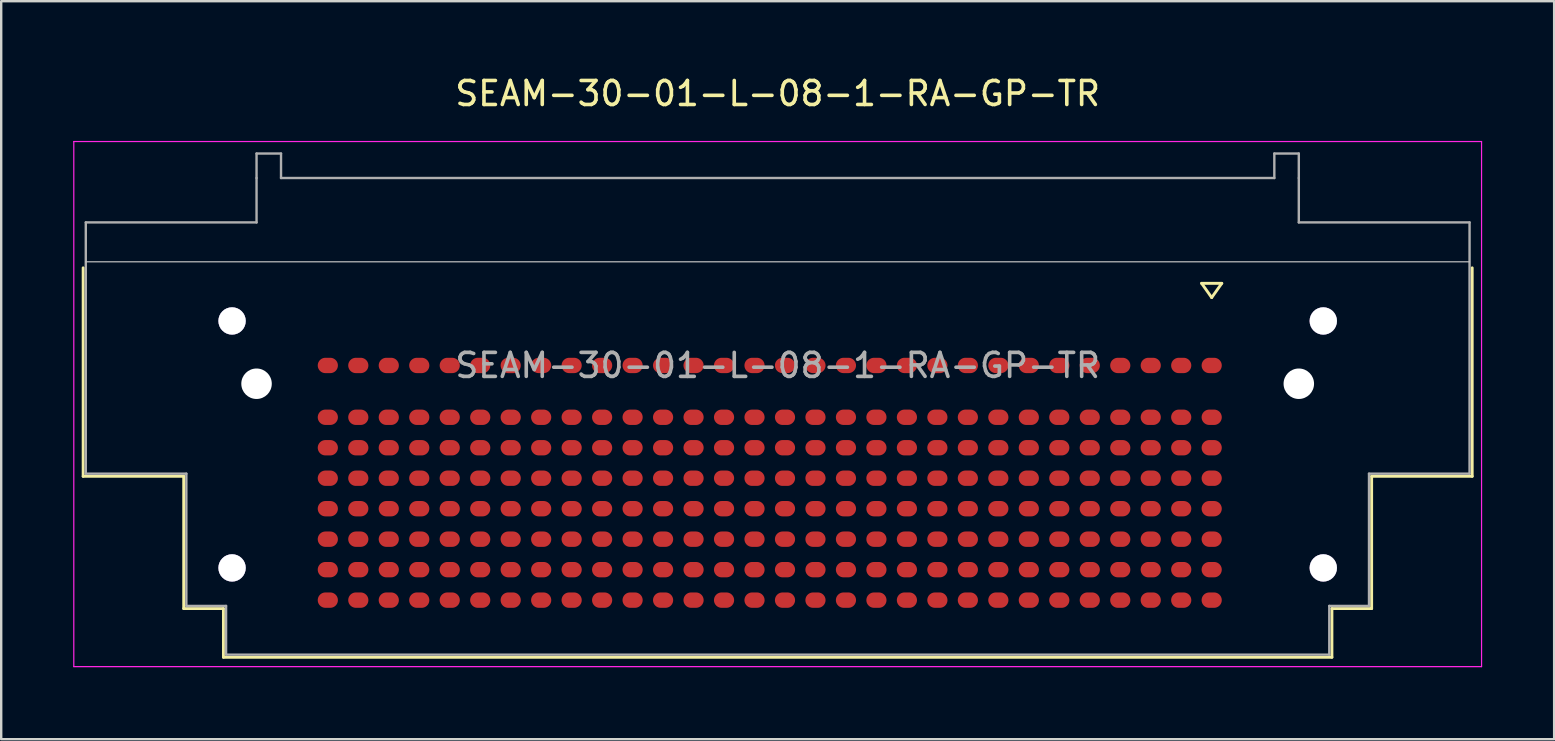
<source format=kicad_pcb>
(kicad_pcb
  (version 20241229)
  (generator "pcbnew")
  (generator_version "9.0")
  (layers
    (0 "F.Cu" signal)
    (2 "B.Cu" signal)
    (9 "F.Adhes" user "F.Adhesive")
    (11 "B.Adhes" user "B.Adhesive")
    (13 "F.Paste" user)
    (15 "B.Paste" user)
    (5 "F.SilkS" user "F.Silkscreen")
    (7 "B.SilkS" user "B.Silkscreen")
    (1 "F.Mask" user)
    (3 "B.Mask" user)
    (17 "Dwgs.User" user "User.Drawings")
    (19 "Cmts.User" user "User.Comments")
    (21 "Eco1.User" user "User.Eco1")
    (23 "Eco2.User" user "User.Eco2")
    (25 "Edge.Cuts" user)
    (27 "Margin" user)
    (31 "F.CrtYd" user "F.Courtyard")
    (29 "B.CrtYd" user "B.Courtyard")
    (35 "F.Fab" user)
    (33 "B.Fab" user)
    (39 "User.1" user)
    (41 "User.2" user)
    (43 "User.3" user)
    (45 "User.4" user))
  (footprint "SEAM-30-01-L-08-1-RA-GP-TR"
    (layer "F.Cu")
    (at 29.355 12.178)
    (property "Reference" "SEAM-30-01-L-08-1-RA-GP-TR" (at 0 -11.33 0) (layer "F.SilkS") (effects (font (size 1 1) (thickness 0.15))))
    (attr smd)
    (fp_line (start -28.94 -4.068) (end -28.94 4.62) (stroke (width 0.12) (type solid)) (layer "F.SilkS"))
    (fp_line (start -28.94 4.62) (end -24.75 4.62) (stroke (width 0.12) (type solid)) (layer "F.SilkS"))
    (fp_line (start -24.75 4.62) (end -24.75 10.13) (stroke (width 0.12) (type solid)) (layer "F.SilkS"))
    (fp_line (start -24.75 10.13) (end -23.095 10.13) (stroke (width 0.12) (type solid)) (layer "F.SilkS"))
    (fp_line (start -23.095 10.13) (end -23.095 12.16) (stroke (width 0.12) (type solid)) (layer "F.SilkS"))
    (fp_line (start -23.095 12.16) (end 23.095 12.16) (stroke (width 0.12) (type solid)) (layer "F.SilkS"))
    (fp_line (start 17.665 -3.422) (end 18.505 -3.422) (stroke (width 0.12) (type solid)) (layer "F.SilkS"))
    (fp_line (start 18.085 -2.828) (end 17.665 -3.422) (stroke (width 0.12) (type solid)) (layer "F.SilkS"))
    (fp_line (start 18.505 -3.422) (end 18.085 -2.828) (stroke (width 0.12) (type solid)) (layer "F.SilkS"))
    (fp_line (start 23.095 10.13) (end 24.75 10.13) (stroke (width 0.12) (type solid)) (layer "F.SilkS"))
    (fp_line (start 23.095 12.16) (end 23.095 10.13) (stroke (width 0.12) (type solid)) (layer "F.SilkS"))
    (fp_line (start 24.75 4.62) (end 28.94 4.62) (stroke (width 0.12) (type solid)) (layer "F.SilkS"))
    (fp_line (start 24.75 10.13) (end 24.75 4.62) (stroke (width 0.12) (type solid)) (layer "F.SilkS"))
    (fp_line (start 28.94 4.62) (end 28.94 -4.068) (stroke (width 0.12) (type solid)) (layer "F.SilkS"))
    (fp_line (start -28.83 -4.318) (end 28.83 -4.318) (stroke (width 0.05) (type solid)) (layer "Dwgs.User"))
    (fp_line (start -29.33 -9.33) (end -29.33 12.55) (stroke (width 0.05) (type solid)) (layer "F.CrtYd"))
    (fp_line (start -29.33 12.55) (end 29.33 12.55) (stroke (width 0.05) (type solid)) (layer "F.CrtYd"))
    (fp_line (start 29.33 -9.33) (end -29.33 -9.33) (stroke (width 0.05) (type solid)) (layer "F.CrtYd"))
    (fp_line (start 29.33 12.55) (end 29.33 -9.33) (stroke (width 0.05) (type solid)) (layer "F.CrtYd"))
    (fp_line (start -28.83 -5.96) (end -21.715 -5.96) (stroke (width 0.1) (type solid)) (layer "F.Fab"))
    (fp_line (start -28.83 4.51) (end -28.83 -5.96) (stroke (width 0.1) (type solid)) (layer "F.Fab"))
    (fp_line (start -24.64 4.51) (end -28.83 4.51) (stroke (width 0.1) (type solid)) (layer "F.Fab"))
    (fp_line (start -24.64 10.02) (end -24.64 4.51) (stroke (width 0.1) (type solid)) (layer "F.Fab"))
    (fp_line (start -22.985 10.02) (end -24.64 10.02) (stroke (width 0.1) (type solid)) (layer "F.Fab"))
    (fp_line (start -22.985 12.05) (end -22.985 10.02) (stroke (width 0.1) (type solid)) (layer "F.Fab"))
    (fp_line (start -21.715 -8.83) (end -20.695 -8.83) (stroke (width 0.1) (type solid)) (layer "F.Fab"))
    (fp_line (start -21.715 -7.81) (end -21.715 -8.83) (stroke (width 0.1) (type solid)) (layer "F.Fab"))
    (fp_line (start -21.715 -5.96) (end -21.715 -7.81) (stroke (width 0.1) (type solid)) (layer "F.Fab"))
    (fp_line (start -20.695 -8.83) (end -20.695 -7.81) (stroke (width 0.1) (type solid)) (layer "F.Fab"))
    (fp_line (start -20.695 -7.81) (end 20.695 -7.81) (stroke (width 0.1) (type solid)) (layer "F.Fab"))
    (fp_line (start 20.695 -8.83) (end 21.715 -8.83) (stroke (width 0.1) (type solid)) (layer "F.Fab"))
    (fp_line (start 20.695 -7.81) (end 20.695 -8.83) (stroke (width 0.1) (type solid)) (layer "F.Fab"))
    (fp_line (start 21.715 -8.83) (end 21.715 -7.81) (stroke (width 0.1) (type solid)) (layer "F.Fab"))
    (fp_line (start 21.715 -7.81) (end 21.715 -5.96) (stroke (width 0.1) (type solid)) (layer "F.Fab"))
    (fp_line (start 21.715 -5.96) (end 28.83 -5.96) (stroke (width 0.1) (type solid)) (layer "F.Fab"))
    (fp_line (start 22.985 10.02) (end 22.985 12.05) (stroke (width 0.1) (type solid)) (layer "F.Fab"))
    (fp_line (start 22.985 12.05) (end -22.985 12.05) (stroke (width 0.1) (type solid)) (layer "F.Fab"))
    (fp_line (start 24.64 4.51) (end 24.64 10.02) (stroke (width 0.1) (type solid)) (layer "F.Fab"))
    (fp_line (start 24.64 10.02) (end 22.985 10.02) (stroke (width 0.1) (type solid)) (layer "F.Fab"))
    (fp_line (start 28.83 -5.96) (end 28.83 4.51) (stroke (width 0.1) (type solid)) (layer "F.Fab"))
    (fp_line (start 28.83 4.51) (end 24.64 4.51) (stroke (width 0.1) (type solid)) (layer "F.Fab"))
    (fp_text user "${REFERENCE}" (at 0 0 0) (layer "F.Fab") (effects (font (size 1 1) (thickness 0.15))))
    (pad "" thru_hole circle (at -22.735 -1.854) (size 1.14 1.14) (drill 1.14) (layers "*.Cu" "*.Mask"))
    (pad "" thru_hole circle (at -22.735 8.436) (size 1.14 1.14) (drill 1.14) (layers "*.Cu" "*.Mask"))
    (pad "" np_thru_hole circle (at -21.715 0.762) (size 1.27 1.27) (drill 1.27) (layers "*.Cu" "*.Mask"))
    (pad "" smd oval (at -18.745 0) (size 0.98 0.89) (layers "F.Paste"))
    (pad "" smd oval (at -18.745 2.159) (size 0.98 0.89) (layers "F.Paste"))
    (pad "" smd oval (at -18.745 3.429) (size 0.98 0.89) (layers "F.Paste"))
    (pad "" smd oval (at -18.745 4.699) (size 0.98 0.89) (layers "F.Paste"))
    (pad "" smd oval (at -18.745 5.969) (size 0.98 0.89) (layers "F.Paste"))
    (pad "" smd oval (at -18.745 7.239) (size 0.98 0.89) (layers "F.Paste"))
    (pad "" smd oval (at -18.745 8.509) (size 0.98 0.89) (layers "F.Paste"))
    (pad "" smd oval (at -18.745 9.779) (size 0.98 0.89) (layers "F.Paste"))
    (pad "" smd oval (at -17.475 0) (size 0.98 0.89) (layers "F.Paste"))
    (pad "" smd oval (at -17.475 2.159) (size 0.98 0.89) (layers "F.Paste"))
    (pad "" smd oval (at -17.475 3.429) (size 0.98 0.89) (layers "F.Paste"))
    (pad "" smd oval (at -17.475 4.699) (size 0.98 0.89) (layers "F.Paste"))
    (pad "" smd oval (at -17.475 5.969) (size 0.98 0.89) (layers "F.Paste"))
    (pad "" smd oval (at -17.475 7.239) (size 0.98 0.89) (layers "F.Paste"))
    (pad "" smd oval (at -17.475 8.509) (size 0.98 0.89) (layers "F.Paste"))
    (pad "" smd oval (at -17.475 9.779) (size 0.98 0.89) (layers "F.Paste"))
    (pad "" smd oval (at -16.205 0) (size 0.98 0.89) (layers "F.Paste"))
    (pad "" smd oval (at -16.205 2.159) (size 0.98 0.89) (layers "F.Paste"))
    (pad "" smd oval (at -16.205 3.429) (size 0.98 0.89) (layers "F.Paste"))
    (pad "" smd oval (at -16.205 4.699) (size 0.98 0.89) (layers "F.Paste"))
    (pad "" smd oval (at -16.205 5.969) (size 0.98 0.89) (layers "F.Paste"))
    (pad "" smd oval (at -16.205 7.239) (size 0.98 0.89) (layers "F.Paste"))
    (pad "" smd oval (at -16.205 8.509) (size 0.98 0.89) (layers "F.Paste"))
    (pad "" smd oval (at -16.205 9.779) (size 0.98 0.89) (layers "F.Paste"))
    (pad "" smd oval (at -14.935 0) (size 0.98 0.89) (layers "F.Paste"))
    (pad "" smd oval (at -14.935 2.159) (size 0.98 0.89) (layers "F.Paste"))
    (pad "" smd oval (at -14.935 3.429) (size 0.98 0.89) (layers "F.Paste"))
    (pad "" smd oval (at -14.935 4.699) (size 0.98 0.89) (layers "F.Paste"))
    (pad "" smd oval (at -14.935 5.969) (size 0.98 0.89) (layers "F.Paste"))
    (pad "" smd oval (at -14.935 7.239) (size 0.98 0.89) (layers "F.Paste"))
    (pad "" smd oval (at -14.935 8.509) (size 0.98 0.89) (layers "F.Paste"))
    (pad "" smd oval (at -14.935 9.779) (size 0.98 0.89) (layers "F.Paste"))
    (pad "" smd oval (at -13.665 0) (size 0.98 0.89) (layers "F.Paste"))
    (pad "" smd oval (at -13.665 2.159) (size 0.98 0.89) (layers "F.Paste"))
    (pad "" smd oval (at -13.665 3.429) (size 0.98 0.89) (layers "F.Paste"))
    (pad "" smd oval (at -13.665 4.699) (size 0.98 0.89) (layers "F.Paste"))
    (pad "" smd oval (at -13.665 5.969) (size 0.98 0.89) (layers "F.Paste"))
    (pad "" smd oval (at -13.665 7.239) (size 0.98 0.89) (layers "F.Paste"))
    (pad "" smd oval (at -13.665 8.509) (size 0.98 0.89) (layers "F.Paste"))
    (pad "" smd oval (at -13.665 9.779) (size 0.98 0.89) (layers "F.Paste"))
    (pad "" smd oval (at -12.395 0) (size 0.98 0.89) (layers "F.Paste"))
    (pad "" smd oval (at -12.395 2.159) (size 0.98 0.89) (layers "F.Paste"))
    (pad "" smd oval (at -12.395 3.429) (size 0.98 0.89) (layers "F.Paste"))
    (pad "" smd oval (at -12.395 4.699) (size 0.98 0.89) (layers "F.Paste"))
    (pad "" smd oval (at -12.395 5.969) (size 0.98 0.89) (layers "F.Paste"))
    (pad "" smd oval (at -12.395 7.239) (size 0.98 0.89) (layers "F.Paste"))
    (pad "" smd oval (at -12.395 8.509) (size 0.98 0.89) (layers "F.Paste"))
    (pad "" smd oval (at -12.395 9.779) (size 0.98 0.89) (layers "F.Paste"))
    (pad "" smd oval (at -11.125 0) (size 0.98 0.89) (layers "F.Paste"))
    (pad "" smd oval (at -11.125 2.159) (size 0.98 0.89) (layers "F.Paste"))
    (pad "" smd oval (at -11.125 3.429) (size 0.98 0.89) (layers "F.Paste"))
    (pad "" smd oval (at -11.125 4.699) (size 0.98 0.89) (layers "F.Paste"))
    (pad "" smd oval (at -11.125 5.969) (size 0.98 0.89) (layers "F.Paste"))
    (pad "" smd oval (at -11.125 7.239) (size 0.98 0.89) (layers "F.Paste"))
    (pad "" smd oval (at -11.125 8.509) (size 0.98 0.89) (layers "F.Paste"))
    (pad "" smd oval (at -11.125 9.779) (size 0.98 0.89) (layers "F.Paste"))
    (pad "" smd oval (at -9.855 0) (size 0.98 0.89) (layers "F.Paste"))
    (pad "" smd oval (at -9.855 2.159) (size 0.98 0.89) (layers "F.Paste"))
    (pad "" smd oval (at -9.855 3.429) (size 0.98 0.89) (layers "F.Paste"))
    (pad "" smd oval (at -9.855 4.699) (size 0.98 0.89) (layers "F.Paste"))
    (pad "" smd oval (at -9.855 5.969) (size 0.98 0.89) (layers "F.Paste"))
    (pad "" smd oval (at -9.855 7.239) (size 0.98 0.89) (layers "F.Paste"))
    (pad "" smd oval (at -9.855 8.509) (size 0.98 0.89) (layers "F.Paste"))
    (pad "" smd oval (at -9.855 9.779) (size 0.98 0.89) (layers "F.Paste"))
    (pad "" smd oval (at -8.585 0) (size 0.98 0.89) (layers "F.Paste"))
    (pad "" smd oval (at -8.585 2.159) (size 0.98 0.89) (layers "F.Paste"))
    (pad "" smd oval (at -8.585 3.429) (size 0.98 0.89) (layers "F.Paste"))
    (pad "" smd oval (at -8.585 4.699) (size 0.98 0.89) (layers "F.Paste"))
    (pad "" smd oval (at -8.585 5.969) (size 0.98 0.89) (layers "F.Paste"))
    (pad "" smd oval (at -8.585 7.239) (size 0.98 0.89) (layers "F.Paste"))
    (pad "" smd oval (at -8.585 8.509) (size 0.98 0.89) (layers "F.Paste"))
    (pad "" smd oval (at -8.585 9.779) (size 0.98 0.89) (layers "F.Paste"))
    (pad "" smd oval (at -7.315 0) (size 0.98 0.89) (layers "F.Paste"))
    (pad "" smd oval (at -7.315 2.159) (size 0.98 0.89) (layers "F.Paste"))
    (pad "" smd oval (at -7.315 3.429) (size 0.98 0.89) (layers "F.Paste"))
    (pad "" smd oval (at -7.315 4.699) (size 0.98 0.89) (layers "F.Paste"))
    (pad "" smd oval (at -7.315 5.969) (size 0.98 0.89) (layers "F.Paste"))
    (pad "" smd oval (at -7.315 7.239) (size 0.98 0.89) (layers "F.Paste"))
    (pad "" smd oval (at -7.315 8.509) (size 0.98 0.89) (layers "F.Paste"))
    (pad "" smd oval (at -7.315 9.779) (size 0.98 0.89) (layers "F.Paste"))
    (pad "" smd oval (at -6.045 0) (size 0.98 0.89) (layers "F.Paste"))
    (pad "" smd oval (at -6.045 2.159) (size 0.98 0.89) (layers "F.Paste"))
    (pad "" smd oval (at -6.045 3.429) (size 0.98 0.89) (layers "F.Paste"))
    (pad "" smd oval (at -6.045 4.699) (size 0.98 0.89) (layers "F.Paste"))
    (pad "" smd oval (at -6.045 5.969) (size 0.98 0.89) (layers "F.Paste"))
    (pad "" smd oval (at -6.045 7.239) (size 0.98 0.89) (layers "F.Paste"))
    (pad "" smd oval (at -6.045 8.509) (size 0.98 0.89) (layers "F.Paste"))
    (pad "" smd oval (at -6.045 9.779) (size 0.98 0.89) (layers "F.Paste"))
    (pad "" smd oval (at -4.775 0) (size 0.98 0.89) (layers "F.Paste"))
    (pad "" smd oval (at -4.775 2.159) (size 0.98 0.89) (layers "F.Paste"))
    (pad "" smd oval (at -4.775 3.429) (size 0.98 0.89) (layers "F.Paste"))
    (pad "" smd oval (at -4.775 4.699) (size 0.98 0.89) (layers "F.Paste"))
    (pad "" smd oval (at -4.775 5.969) (size 0.98 0.89) (layers "F.Paste"))
    (pad "" smd oval (at -4.775 7.239) (size 0.98 0.89) (layers "F.Paste"))
    (pad "" smd oval (at -4.775 8.509) (size 0.98 0.89) (layers "F.Paste"))
    (pad "" smd oval (at -4.775 9.779) (size 0.98 0.89) (layers "F.Paste"))
    (pad "" smd oval (at -3.505 0) (size 0.98 0.89) (layers "F.Paste"))
    (pad "" smd oval (at -3.505 2.159) (size 0.98 0.89) (layers "F.Paste"))
    (pad "" smd oval (at -3.505 3.429) (size 0.98 0.89) (layers "F.Paste"))
    (pad "" smd oval (at -3.505 4.699) (size 0.98 0.89) (layers "F.Paste"))
    (pad "" smd oval (at -3.505 5.969) (size 0.98 0.89) (layers "F.Paste"))
    (pad "" smd oval (at -3.505 7.239) (size 0.98 0.89) (layers "F.Paste"))
    (pad "" smd oval (at -3.505 8.509) (size 0.98 0.89) (layers "F.Paste"))
    (pad "" smd oval (at -3.505 9.779) (size 0.98 0.89) (layers "F.Paste"))
    (pad "" smd oval (at -2.235 0) (size 0.98 0.89) (layers "F.Paste"))
    (pad "" smd oval (at -2.235 2.159) (size 0.98 0.89) (layers "F.Paste"))
    (pad "" smd oval (at -2.235 3.429) (size 0.98 0.89) (layers "F.Paste"))
    (pad "" smd oval (at -2.235 4.699) (size 0.98 0.89) (layers "F.Paste"))
    (pad "" smd oval (at -2.235 5.969) (size 0.98 0.89) (layers "F.Paste"))
    (pad "" smd oval (at -2.235 7.239) (size 0.98 0.89) (layers "F.Paste"))
    (pad "" smd oval (at -2.235 8.509) (size 0.98 0.89) (layers "F.Paste"))
    (pad "" smd oval (at -2.235 9.779) (size 0.98 0.89) (layers "F.Paste"))
    (pad "" smd oval (at -0.965 0) (size 0.98 0.89) (layers "F.Paste"))
    (pad "" smd oval (at -0.965 2.159) (size 0.98 0.89) (layers "F.Paste"))
    (pad "" smd oval (at -0.965 3.429) (size 0.98 0.89) (layers "F.Paste"))
    (pad "" smd oval (at -0.965 4.699) (size 0.98 0.89) (layers "F.Paste"))
    (pad "" smd oval (at -0.965 5.969) (size 0.98 0.89) (layers "F.Paste"))
    (pad "" smd oval (at -0.965 7.239) (size 0.98 0.89) (layers "F.Paste"))
    (pad "" smd oval (at -0.965 8.509) (size 0.98 0.89) (layers "F.Paste"))
    (pad "" smd oval (at -0.965 9.779) (size 0.98 0.89) (layers "F.Paste"))
    (pad "" smd oval (at 0.305 0) (size 0.98 0.89) (layers "F.Paste"))
    (pad "" smd oval (at 0.305 2.159) (size 0.98 0.89) (layers "F.Paste"))
    (pad "" smd oval (at 0.305 3.429) (size 0.98 0.89) (layers "F.Paste"))
    (pad "" smd oval (at 0.305 4.699) (size 0.98 0.89) (layers "F.Paste"))
    (pad "" smd oval (at 0.305 5.969) (size 0.98 0.89) (layers "F.Paste"))
    (pad "" smd oval (at 0.305 7.239) (size 0.98 0.89) (layers "F.Paste"))
    (pad "" smd oval (at 0.305 8.509) (size 0.98 0.89) (layers "F.Paste"))
    (pad "" smd oval (at 0.305 9.779) (size 0.98 0.89) (layers "F.Paste"))
    (pad "" smd oval (at 1.575 0) (size 0.98 0.89) (layers "F.Paste"))
    (pad "" smd oval (at 1.575 2.159) (size 0.98 0.89) (layers "F.Paste"))
    (pad "" smd oval (at 1.575 3.429) (size 0.98 0.89) (layers "F.Paste"))
    (pad "" smd oval (at 1.575 4.699) (size 0.98 0.89) (layers "F.Paste"))
    (pad "" smd oval (at 1.575 5.969) (size 0.98 0.89) (layers "F.Paste"))
    (pad "" smd oval (at 1.575 7.239) (size 0.98 0.89) (layers "F.Paste"))
    (pad "" smd oval (at 1.575 8.509) (size 0.98 0.89) (layers "F.Paste"))
    (pad "" smd oval (at 1.575 9.779) (size 0.98 0.89) (layers "F.Paste"))
    (pad "" smd oval (at 2.845 0) (size 0.98 0.89) (layers "F.Paste"))
    (pad "" smd oval (at 2.845 2.159) (size 0.98 0.89) (layers "F.Paste"))
    (pad "" smd oval (at 2.845 3.429) (size 0.98 0.89) (layers "F.Paste"))
    (pad "" smd oval (at 2.845 4.699) (size 0.98 0.89) (layers "F.Paste"))
    (pad "" smd oval (at 2.845 5.969) (size 0.98 0.89) (layers "F.Paste"))
    (pad "" smd oval (at 2.845 7.239) (size 0.98 0.89) (layers "F.Paste"))
    (pad "" smd oval (at 2.845 8.509) (size 0.98 0.89) (layers "F.Paste"))
    (pad "" smd oval (at 2.845 9.779) (size 0.98 0.89) (layers "F.Paste"))
    (pad "" smd oval (at 4.115 0) (size 0.98 0.89) (layers "F.Paste"))
    (pad "" smd oval (at 4.115 2.159) (size 0.98 0.89) (layers "F.Paste"))
    (pad "" smd oval (at 4.115 3.429) (size 0.98 0.89) (layers "F.Paste"))
    (pad "" smd oval (at 4.115 4.699) (size 0.98 0.89) (layers "F.Paste"))
    (pad "" smd oval (at 4.115 5.969) (size 0.98 0.89) (layers "F.Paste"))
    (pad "" smd oval (at 4.115 7.239) (size 0.98 0.89) (layers "F.Paste"))
    (pad "" smd oval (at 4.115 8.509) (size 0.98 0.89) (layers "F.Paste"))
    (pad "" smd oval (at 4.115 9.779) (size 0.98 0.89) (layers "F.Paste"))
    (pad "" smd oval (at 5.385 0) (size 0.98 0.89) (layers "F.Paste"))
    (pad "" smd oval (at 5.385 2.159) (size 0.98 0.89) (layers "F.Paste"))
    (pad "" smd oval (at 5.385 3.429) (size 0.98 0.89) (layers "F.Paste"))
    (pad "" smd oval (at 5.385 4.699) (size 0.98 0.89) (layers "F.Paste"))
    (pad "" smd oval (at 5.385 5.969) (size 0.98 0.89) (layers "F.Paste"))
    (pad "" smd oval (at 5.385 7.239) (size 0.98 0.89) (layers "F.Paste"))
    (pad "" smd oval (at 5.385 8.509) (size 0.98 0.89) (layers "F.Paste"))
    (pad "" smd oval (at 5.385 9.779) (size 0.98 0.89) (layers "F.Paste"))
    (pad "" smd oval (at 6.655 0) (size 0.98 0.89) (layers "F.Paste"))
    (pad "" smd oval (at 6.655 2.159) (size 0.98 0.89) (layers "F.Paste"))
    (pad "" smd oval (at 6.655 3.429) (size 0.98 0.89) (layers "F.Paste"))
    (pad "" smd oval (at 6.655 4.699) (size 0.98 0.89) (layers "F.Paste"))
    (pad "" smd oval (at 6.655 5.969) (size 0.98 0.89) (layers "F.Paste"))
    (pad "" smd oval (at 6.655 7.239) (size 0.98 0.89) (layers "F.Paste"))
    (pad "" smd oval (at 6.655 8.509) (size 0.98 0.89) (layers "F.Paste"))
    (pad "" smd oval (at 6.655 9.779) (size 0.98 0.89) (layers "F.Paste"))
    (pad "" smd oval (at 7.925 0) (size 0.98 0.89) (layers "F.Paste"))
    (pad "" smd oval (at 7.925 2.159) (size 0.98 0.89) (layers "F.Paste"))
    (pad "" smd oval (at 7.925 3.429) (size 0.98 0.89) (layers "F.Paste"))
    (pad "" smd oval (at 7.925 4.699) (size 0.98 0.89) (layers "F.Paste"))
    (pad "" smd oval (at 7.925 5.969) (size 0.98 0.89) (layers "F.Paste"))
    (pad "" smd oval (at 7.925 7.239) (size 0.98 0.89) (layers "F.Paste"))
    (pad "" smd oval (at 7.925 8.509) (size 0.98 0.89) (layers "F.Paste"))
    (pad "" smd oval (at 7.925 9.779) (size 0.98 0.89) (layers "F.Paste"))
    (pad "" smd oval (at 9.195 0) (size 0.98 0.89) (layers "F.Paste"))
    (pad "" smd oval (at 9.195 2.159) (size 0.98 0.89) (layers "F.Paste"))
    (pad "" smd oval (at 9.195 3.429) (size 0.98 0.89) (layers "F.Paste"))
    (pad "" smd oval (at 9.195 4.699) (size 0.98 0.89) (layers "F.Paste"))
    (pad "" smd oval (at 9.195 5.969) (size 0.98 0.89) (layers "F.Paste"))
    (pad "" smd oval (at 9.195 7.239) (size 0.98 0.89) (layers "F.Paste"))
    (pad "" smd oval (at 9.195 8.509) (size 0.98 0.89) (layers "F.Paste"))
    (pad "" smd oval (at 9.195 9.779) (size 0.98 0.89) (layers "F.Paste"))
    (pad "" smd oval (at 10.465 0) (size 0.98 0.89) (layers "F.Paste"))
    (pad "" smd oval (at 10.465 2.159) (size 0.98 0.89) (layers "F.Paste"))
    (pad "" smd oval (at 10.465 3.429) (size 0.98 0.89) (layers "F.Paste"))
    (pad "" smd oval (at 10.465 4.699) (size 0.98 0.89) (layers "F.Paste"))
    (pad "" smd oval (at 10.465 5.969) (size 0.98 0.89) (layers "F.Paste"))
    (pad "" smd oval (at 10.465 7.239) (size 0.98 0.89) (layers "F.Paste"))
    (pad "" smd oval (at 10.465 8.509) (size 0.98 0.89) (layers "F.Paste"))
    (pad "" smd oval (at 10.465 9.779) (size 0.98 0.89) (layers "F.Paste"))
    (pad "" smd oval (at 11.735 0) (size 0.98 0.89) (layers "F.Paste"))
    (pad "" smd oval (at 11.735 2.159) (size 0.98 0.89) (layers "F.Paste"))
    (pad "" smd oval (at 11.735 3.429) (size 0.98 0.89) (layers "F.Paste"))
    (pad "" smd oval (at 11.735 4.699) (size 0.98 0.89) (layers "F.Paste"))
    (pad "" smd oval (at 11.735 5.969) (size 0.98 0.89) (layers "F.Paste"))
    (pad "" smd oval (at 11.735 7.239) (size 0.98 0.89) (layers "F.Paste"))
    (pad "" smd oval (at 11.735 8.509) (size 0.98 0.89) (layers "F.Paste"))
    (pad "" smd oval (at 11.735 9.779) (size 0.98 0.89) (layers "F.Paste"))
    (pad "" smd oval (at 13.005 0) (size 0.98 0.89) (layers "F.Paste"))
    (pad "" smd oval (at 13.005 2.159) (size 0.98 0.89) (layers "F.Paste"))
    (pad "" smd oval (at 13.005 3.429) (size 0.98 0.89) (layers "F.Paste"))
    (pad "" smd oval (at 13.005 4.699) (size 0.98 0.89) (layers "F.Paste"))
    (pad "" smd oval (at 13.005 5.969) (size 0.98 0.89) (layers "F.Paste"))
    (pad "" smd oval (at 13.005 7.239) (size 0.98 0.89) (layers "F.Paste"))
    (pad "" smd oval (at 13.005 8.509) (size 0.98 0.89) (layers "F.Paste"))
    (pad "" smd oval (at 13.005 9.779) (size 0.98 0.89) (layers "F.Paste"))
    (pad "" smd oval (at 14.275 0) (size 0.98 0.89) (layers "F.Paste"))
    (pad "" smd oval (at 14.275 2.159) (size 0.98 0.89) (layers "F.Paste"))
    (pad "" smd oval (at 14.275 3.429) (size 0.98 0.89) (layers "F.Paste"))
    (pad "" smd oval (at 14.275 4.699) (size 0.98 0.89) (layers "F.Paste"))
    (pad "" smd oval (at 14.275 5.969) (size 0.98 0.89) (layers "F.Paste"))
    (pad "" smd oval (at 14.275 7.239) (size 0.98 0.89) (layers "F.Paste"))
    (pad "" smd oval (at 14.275 8.509) (size 0.98 0.89) (layers "F.Paste"))
    (pad "" smd oval (at 14.275 9.779) (size 0.98 0.89) (layers "F.Paste"))
    (pad "" smd oval (at 15.545 0) (size 0.98 0.89) (layers "F.Paste"))
    (pad "" smd oval (at 15.545 2.159) (size 0.98 0.89) (layers "F.Paste"))
    (pad "" smd oval (at 15.545 3.429) (size 0.98 0.89) (layers "F.Paste"))
    (pad "" smd oval (at 15.545 4.699) (size 0.98 0.89) (layers "F.Paste"))
    (pad "" smd oval (at 15.545 5.969) (size 0.98 0.89) (layers "F.Paste"))
    (pad "" smd oval (at 15.545 7.239) (size 0.98 0.89) (layers "F.Paste"))
    (pad "" smd oval (at 15.545 8.509) (size 0.98 0.89) (layers "F.Paste"))
    (pad "" smd oval (at 15.545 9.779) (size 0.98 0.89) (layers "F.Paste"))
    (pad "" smd oval (at 16.815 0) (size 0.98 0.89) (layers "F.Paste"))
    (pad "" smd oval (at 16.815 2.159) (size 0.98 0.89) (layers "F.Paste"))
    (pad "" smd oval (at 16.815 3.429) (size 0.98 0.89) (layers "F.Paste"))
    (pad "" smd oval (at 16.815 4.699) (size 0.98 0.89) (layers "F.Paste"))
    (pad "" smd oval (at 16.815 5.969) (size 0.98 0.89) (layers "F.Paste"))
    (pad "" smd oval (at 16.815 7.239) (size 0.98 0.89) (layers "F.Paste"))
    (pad "" smd oval (at 16.815 8.509) (size 0.98 0.89) (layers "F.Paste"))
    (pad "" smd oval (at 16.815 9.779) (size 0.98 0.89) (layers "F.Paste"))
    (pad "" smd oval (at 18.085 0) (size 0.98 0.89) (layers "F.Paste"))
    (pad "" smd oval (at 18.085 2.159) (size 0.98 0.89) (layers "F.Paste"))
    (pad "" smd oval (at 18.085 3.429) (size 0.98 0.89) (layers "F.Paste"))
    (pad "" smd oval (at 18.085 4.699) (size 0.98 0.89) (layers "F.Paste"))
    (pad "" smd oval (at 18.085 5.969) (size 0.98 0.89) (layers "F.Paste"))
    (pad "" smd oval (at 18.085 7.239) (size 0.98 0.89) (layers "F.Paste"))
    (pad "" smd oval (at 18.085 8.509) (size 0.98 0.89) (layers "F.Paste"))
    (pad "" smd oval (at 18.085 9.779) (size 0.98 0.89) (layers "F.Paste"))
    (pad "" np_thru_hole circle (at 21.715 0.762) (size 1.27 1.27) (drill 1.27) (layers "*.Cu" "*.Mask"))
    (pad "" thru_hole circle (at 22.735 -1.854) (size 1.14 1.14) (drill 1.14) (layers "*.Cu" "*.Mask"))
    (pad "" thru_hole circle (at 22.735 8.436) (size 1.14 1.14) (drill 1.14) (layers "*.Cu" "*.Mask"))
    (pad "A1" smd oval (at 18.085 0) (size 0.84 0.64) (layers "F.Cu" "F.Mask"))
    (pad "A2" smd oval (at 16.815 0) (size 0.84 0.64) (layers "F.Cu" "F.Mask"))
    (pad "A3" smd oval (at 15.545 0) (size 0.84 0.64) (layers "F.Cu" "F.Mask"))
    (pad "A4" smd oval (at 14.275 0) (size 0.84 0.64) (layers "F.Cu" "F.Mask"))
    (pad "A5" smd oval (at 13.005 0) (size 0.84 0.64) (layers "F.Cu" "F.Mask"))
    (pad "A6" smd oval (at 11.735 0) (size 0.84 0.64) (layers "F.Cu" "F.Mask"))
    (pad "A7" smd oval (at 10.465 0) (size 0.84 0.64) (layers "F.Cu" "F.Mask"))
    (pad "A8" smd oval (at 9.195 0) (size 0.84 0.64) (layers "F.Cu" "F.Mask"))
    (pad "A9" smd oval (at 7.925 0) (size 0.84 0.64) (layers "F.Cu" "F.Mask"))
    (pad "A10" smd oval (at 6.655 0) (size 0.84 0.64) (layers "F.Cu" "F.Mask"))
    (pad "A11" smd oval (at 5.385 0) (size 0.84 0.64) (layers "F.Cu" "F.Mask"))
    (pad "A12" smd oval (at 4.115 0) (size 0.84 0.64) (layers "F.Cu" "F.Mask"))
    (pad "A13" smd oval (at 2.845 0) (size 0.84 0.64) (layers "F.Cu" "F.Mask"))
    (pad "A14" smd oval (at 1.575 0) (size 0.84 0.64) (layers "F.Cu" "F.Mask"))
    (pad "A15" smd oval (at 0.305 0) (size 0.84 0.64) (layers "F.Cu" "F.Mask"))
    (pad "A16" smd oval (at -0.965 0) (size 0.84 0.64) (layers "F.Cu" "F.Mask"))
    (pad "A17" smd oval (at -2.235 0) (size 0.84 0.64) (layers "F.Cu" "F.Mask"))
    (pad "A18" smd oval (at -3.505 0) (size 0.84 0.64) (layers "F.Cu" "F.Mask"))
    (pad "A19" smd oval (at -4.775 0) (size 0.84 0.64) (layers "F.Cu" "F.Mask"))
    (pad "A20" smd oval (at -6.045 0) (size 0.84 0.64) (layers "F.Cu" "F.Mask"))
    (pad "A21" smd oval (at -7.315 0) (size 0.84 0.64) (layers "F.Cu" "F.Mask"))
    (pad "A22" smd oval (at -8.585 0) (size 0.84 0.64) (layers "F.Cu" "F.Mask"))
    (pad "A23" smd oval (at -9.855 0) (size 0.84 0.64) (layers "F.Cu" "F.Mask"))
    (pad "A24" smd oval (at -11.125 0) (size 0.84 0.64) (layers "F.Cu" "F.Mask"))
    (pad "A25" smd oval (at -12.395 0) (size 0.84 0.64) (layers "F.Cu" "F.Mask"))
    (pad "A26" smd oval (at -13.665 0) (size 0.84 0.64) (layers "F.Cu" "F.Mask"))
    (pad "A27" smd oval (at -14.935 0) (size 0.84 0.64) (layers "F.Cu" "F.Mask"))
    (pad "A28" smd oval (at -16.205 0) (size 0.84 0.64) (layers "F.Cu" "F.Mask"))
    (pad "A29" smd oval (at -17.475 0) (size 0.84 0.64) (layers "F.Cu" "F.Mask"))
    (pad "A30" smd oval (at -18.745 0) (size 0.84 0.64) (layers "F.Cu" "F.Mask"))
    (pad "B1" smd oval (at 18.085 2.159) (size 0.84 0.64) (layers "F.Cu" "F.Mask"))
    (pad "B2" smd oval (at 16.815 2.159) (size 0.84 0.64) (layers "F.Cu" "F.Mask"))
    (pad "B3" smd oval (at 15.545 2.159) (size 0.84 0.64) (layers "F.Cu" "F.Mask"))
    (pad "B4" smd oval (at 14.275 2.159) (size 0.84 0.64) (layers "F.Cu" "F.Mask"))
    (pad "B5" smd oval (at 13.005 2.159) (size 0.84 0.64) (layers "F.Cu" "F.Mask"))
    (pad "B6" smd oval (at 11.735 2.159) (size 0.84 0.64) (layers "F.Cu" "F.Mask"))
    (pad "B7" smd oval (at 10.465 2.159) (size 0.84 0.64) (layers "F.Cu" "F.Mask"))
    (pad "B8" smd oval (at 9.195 2.159) (size 0.84 0.64) (layers "F.Cu" "F.Mask"))
    (pad "B9" smd oval (at 7.925 2.159) (size 0.84 0.64) (layers "F.Cu" "F.Mask"))
    (pad "B10" smd oval (at 6.655 2.159) (size 0.84 0.64) (layers "F.Cu" "F.Mask"))
    (pad "B11" smd oval (at 5.385 2.159) (size 0.84 0.64) (layers "F.Cu" "F.Mask"))
    (pad "B12" smd oval (at 4.115 2.159) (size 0.84 0.64) (layers "F.Cu" "F.Mask"))
    (pad "B13" smd oval (at 2.845 2.159) (size 0.84 0.64) (layers "F.Cu" "F.Mask"))
    (pad "B14" smd oval (at 1.575 2.159) (size 0.84 0.64) (layers "F.Cu" "F.Mask"))
    (pad "B15" smd oval (at 0.305 2.159) (size 0.84 0.64) (layers "F.Cu" "F.Mask"))
    (pad "B16" smd oval (at -0.965 2.159) (size 0.84 0.64) (layers "F.Cu" "F.Mask"))
    (pad "B17" smd oval (at -2.235 2.159) (size 0.84 0.64) (layers "F.Cu" "F.Mask"))
    (pad "B18" smd oval (at -3.505 2.159) (size 0.84 0.64) (layers "F.Cu" "F.Mask"))
    (pad "B19" smd oval (at -4.775 2.159) (size 0.84 0.64) (layers "F.Cu" "F.Mask"))
    (pad "B20" smd oval (at -6.045 2.159) (size 0.84 0.64) (layers "F.Cu" "F.Mask"))
    (pad "B21" smd oval (at -7.315 2.159) (size 0.84 0.64) (layers "F.Cu" "F.Mask"))
    (pad "B22" smd oval (at -8.585 2.159) (size 0.84 0.64) (layers "F.Cu" "F.Mask"))
    (pad "B23" smd oval (at -9.855 2.159) (size 0.84 0.64) (layers "F.Cu" "F.Mask"))
    (pad "B24" smd oval (at -11.125 2.159) (size 0.84 0.64) (layers "F.Cu" "F.Mask"))
    (pad "B25" smd oval (at -12.395 2.159) (size 0.84 0.64) (layers "F.Cu" "F.Mask"))
    (pad "B26" smd oval (at -13.665 2.159) (size 0.84 0.64) (layers "F.Cu" "F.Mask"))
    (pad "B27" smd oval (at -14.935 2.159) (size 0.84 0.64) (layers "F.Cu" "F.Mask"))
    (pad "B28" smd oval (at -16.205 2.159) (size 0.84 0.64) (layers "F.Cu" "F.Mask"))
    (pad "B29" smd oval (at -17.475 2.159) (size 0.84 0.64) (layers "F.Cu" "F.Mask"))
    (pad "B30" smd oval (at -18.745 2.159) (size 0.84 0.64) (layers "F.Cu" "F.Mask"))
    (pad "C1" smd oval (at 18.085 3.429) (size 0.84 0.64) (layers "F.Cu" "F.Mask"))
    (pad "C2" smd oval (at 16.815 3.429) (size 0.84 0.64) (layers "F.Cu" "F.Mask"))
    (pad "C3" smd oval (at 15.545 3.429) (size 0.84 0.64) (layers "F.Cu" "F.Mask"))
    (pad "C4" smd oval (at 14.275 3.429) (size 0.84 0.64) (layers "F.Cu" "F.Mask"))
    (pad "C5" smd oval (at 13.005 3.429) (size 0.84 0.64) (layers "F.Cu" "F.Mask"))
    (pad "C6" smd oval (at 11.735 3.429) (size 0.84 0.64) (layers "F.Cu" "F.Mask"))
    (pad "C7" smd oval (at 10.465 3.429) (size 0.84 0.64) (layers "F.Cu" "F.Mask"))
    (pad "C8" smd oval (at 9.195 3.429) (size 0.84 0.64) (layers "F.Cu" "F.Mask"))
    (pad "C9" smd oval (at 7.925 3.429) (size 0.84 0.64) (layers "F.Cu" "F.Mask"))
    (pad "C10" smd oval (at 6.655 3.429) (size 0.84 0.64) (layers "F.Cu" "F.Mask"))
    (pad "C11" smd oval (at 5.385 3.429) (size 0.84 0.64) (layers "F.Cu" "F.Mask"))
    (pad "C12" smd oval (at 4.115 3.429) (size 0.84 0.64) (layers "F.Cu" "F.Mask"))
    (pad "C13" smd oval (at 2.845 3.429) (size 0.84 0.64) (layers "F.Cu" "F.Mask"))
    (pad "C14" smd oval (at 1.575 3.429) (size 0.84 0.64) (layers "F.Cu" "F.Mask"))
    (pad "C15" smd oval (at 0.305 3.429) (size 0.84 0.64) (layers "F.Cu" "F.Mask"))
    (pad "C16" smd oval (at -0.965 3.429) (size 0.84 0.64) (layers "F.Cu" "F.Mask"))
    (pad "C17" smd oval (at -2.235 3.429) (size 0.84 0.64) (layers "F.Cu" "F.Mask"))
    (pad "C18" smd oval (at -3.505 3.429) (size 0.84 0.64) (layers "F.Cu" "F.Mask"))
    (pad "C19" smd oval (at -4.775 3.429) (size 0.84 0.64) (layers "F.Cu" "F.Mask"))
    (pad "C20" smd oval (at -6.045 3.429) (size 0.84 0.64) (layers "F.Cu" "F.Mask"))
    (pad "C21" smd oval (at -7.315 3.429) (size 0.84 0.64) (layers "F.Cu" "F.Mask"))
    (pad "C22" smd oval (at -8.585 3.429) (size 0.84 0.64) (layers "F.Cu" "F.Mask"))
    (pad "C23" smd oval (at -9.855 3.429) (size 0.84 0.64) (layers "F.Cu" "F.Mask"))
    (pad "C24" smd oval (at -11.125 3.429) (size 0.84 0.64) (layers "F.Cu" "F.Mask"))
    (pad "C25" smd oval (at -12.395 3.429) (size 0.84 0.64) (layers "F.Cu" "F.Mask"))
    (pad "C26" smd oval (at -13.665 3.429) (size 0.84 0.64) (layers "F.Cu" "F.Mask"))
    (pad "C27" smd oval (at -14.935 3.429) (size 0.84 0.64) (layers "F.Cu" "F.Mask"))
    (pad "C28" smd oval (at -16.205 3.429) (size 0.84 0.64) (layers "F.Cu" "F.Mask"))
    (pad "C29" smd oval (at -17.475 3.429) (size 0.84 0.64) (layers "F.Cu" "F.Mask"))
    (pad "C30" smd oval (at -18.745 3.429) (size 0.84 0.64) (layers "F.Cu" "F.Mask"))
    (pad "D1" smd oval (at 18.085 4.699) (size 0.84 0.64) (layers "F.Cu" "F.Mask"))
    (pad "D2" smd oval (at 16.815 4.699) (size 0.84 0.64) (layers "F.Cu" "F.Mask"))
    (pad "D3" smd oval (at 15.545 4.699) (size 0.84 0.64) (layers "F.Cu" "F.Mask"))
    (pad "D4" smd oval (at 14.275 4.699) (size 0.84 0.64) (layers "F.Cu" "F.Mask"))
    (pad "D5" smd oval (at 13.005 4.699) (size 0.84 0.64) (layers "F.Cu" "F.Mask"))
    (pad "D6" smd oval (at 11.735 4.699) (size 0.84 0.64) (layers "F.Cu" "F.Mask"))
    (pad "D7" smd oval (at 10.465 4.699) (size 0.84 0.64) (layers "F.Cu" "F.Mask"))
    (pad "D8" smd oval (at 9.195 4.699) (size 0.84 0.64) (layers "F.Cu" "F.Mask"))
    (pad "D9" smd oval (at 7.925 4.699) (size 0.84 0.64) (layers "F.Cu" "F.Mask"))
    (pad "D10" smd oval (at 6.655 4.699) (size 0.84 0.64) (layers "F.Cu" "F.Mask"))
    (pad "D11" smd oval (at 5.385 4.699) (size 0.84 0.64) (layers "F.Cu" "F.Mask"))
    (pad "D12" smd oval (at 4.115 4.699) (size 0.84 0.64) (layers "F.Cu" "F.Mask"))
    (pad "D13" smd oval (at 2.845 4.699) (size 0.84 0.64) (layers "F.Cu" "F.Mask"))
    (pad "D14" smd oval (at 1.575 4.699) (size 0.84 0.64) (layers "F.Cu" "F.Mask"))
    (pad "D15" smd oval (at 0.305 4.699) (size 0.84 0.64) (layers "F.Cu" "F.Mask"))
    (pad "D16" smd oval (at -0.965 4.699) (size 0.84 0.64) (layers "F.Cu" "F.Mask"))
    (pad "D17" smd oval (at -2.235 4.699) (size 0.84 0.64) (layers "F.Cu" "F.Mask"))
    (pad "D18" smd oval (at -3.505 4.699) (size 0.84 0.64) (layers "F.Cu" "F.Mask"))
    (pad "D19" smd oval (at -4.775 4.699) (size 0.84 0.64) (layers "F.Cu" "F.Mask"))
    (pad "D20" smd oval (at -6.045 4.699) (size 0.84 0.64) (layers "F.Cu" "F.Mask"))
    (pad "D21" smd oval (at -7.315 4.699) (size 0.84 0.64) (layers "F.Cu" "F.Mask"))
    (pad "D22" smd oval (at -8.585 4.699) (size 0.84 0.64) (layers "F.Cu" "F.Mask"))
    (pad "D23" smd oval (at -9.855 4.699) (size 0.84 0.64) (layers "F.Cu" "F.Mask"))
    (pad "D24" smd oval (at -11.125 4.699) (size 0.84 0.64) (layers "F.Cu" "F.Mask"))
    (pad "D25" smd oval (at -12.395 4.699) (size 0.84 0.64) (layers "F.Cu" "F.Mask"))
    (pad "D26" smd oval (at -13.665 4.699) (size 0.84 0.64) (layers "F.Cu" "F.Mask"))
    (pad "D27" smd oval (at -14.935 4.699) (size 0.84 0.64) (layers "F.Cu" "F.Mask"))
    (pad "D28" smd oval (at -16.205 4.699) (size 0.84 0.64) (layers "F.Cu" "F.Mask"))
    (pad "D29" smd oval (at -17.475 4.699) (size 0.84 0.64) (layers "F.Cu" "F.Mask"))
    (pad "D30" smd oval (at -18.745 4.699) (size 0.84 0.64) (layers "F.Cu" "F.Mask"))
    (pad "E1" smd oval (at 18.085 5.969) (size 0.84 0.64) (layers "F.Cu" "F.Mask"))
    (pad "E2" smd oval (at 16.815 5.969) (size 0.84 0.64) (layers "F.Cu" "F.Mask"))
    (pad "E3" smd oval (at 15.545 5.969) (size 0.84 0.64) (layers "F.Cu" "F.Mask"))
    (pad "E4" smd oval (at 14.275 5.969) (size 0.84 0.64) (layers "F.Cu" "F.Mask"))
    (pad "E5" smd oval (at 13.005 5.969) (size 0.84 0.64) (layers "F.Cu" "F.Mask"))
    (pad "E6" smd oval (at 11.735 5.969) (size 0.84 0.64) (layers "F.Cu" "F.Mask"))
    (pad "E7" smd oval (at 10.465 5.969) (size 0.84 0.64) (layers "F.Cu" "F.Mask"))
    (pad "E8" smd oval (at 9.195 5.969) (size 0.84 0.64) (layers "F.Cu" "F.Mask"))
    (pad "E9" smd oval (at 7.925 5.969) (size 0.84 0.64) (layers "F.Cu" "F.Mask"))
    (pad "E10" smd oval (at 6.655 5.969) (size 0.84 0.64) (layers "F.Cu" "F.Mask"))
    (pad "E11" smd oval (at 5.385 5.969) (size 0.84 0.64) (layers "F.Cu" "F.Mask"))
    (pad "E12" smd oval (at 4.115 5.969) (size 0.84 0.64) (layers "F.Cu" "F.Mask"))
    (pad "E13" smd oval (at 2.845 5.969) (size 0.84 0.64) (layers "F.Cu" "F.Mask"))
    (pad "E14" smd oval (at 1.575 5.969) (size 0.84 0.64) (layers "F.Cu" "F.Mask"))
    (pad "E15" smd oval (at 0.305 5.969) (size 0.84 0.64) (layers "F.Cu" "F.Mask"))
    (pad "E16" smd oval (at -0.965 5.969) (size 0.84 0.64) (layers "F.Cu" "F.Mask"))
    (pad "E17" smd oval (at -2.235 5.969) (size 0.84 0.64) (layers "F.Cu" "F.Mask"))
    (pad "E18" smd oval (at -3.505 5.969) (size 0.84 0.64) (layers "F.Cu" "F.Mask"))
    (pad "E19" smd oval (at -4.775 5.969) (size 0.84 0.64) (layers "F.Cu" "F.Mask"))
    (pad "E20" smd oval (at -6.045 5.969) (size 0.84 0.64) (layers "F.Cu" "F.Mask"))
    (pad "E21" smd oval (at -7.315 5.969) (size 0.84 0.64) (layers "F.Cu" "F.Mask"))
    (pad "E22" smd oval (at -8.585 5.969) (size 0.84 0.64) (layers "F.Cu" "F.Mask"))
    (pad "E23" smd oval (at -9.855 5.969) (size 0.84 0.64) (layers "F.Cu" "F.Mask"))
    (pad "E24" smd oval (at -11.125 5.969) (size 0.84 0.64) (layers "F.Cu" "F.Mask"))
    (pad "E25" smd oval (at -12.395 5.969) (size 0.84 0.64) (layers "F.Cu" "F.Mask"))
    (pad "E26" smd oval (at -13.665 5.969) (size 0.84 0.64) (layers "F.Cu" "F.Mask"))
    (pad "E27" smd oval (at -14.935 5.969) (size 0.84 0.64) (layers "F.Cu" "F.Mask"))
    (pad "E28" smd oval (at -16.205 5.969) (size 0.84 0.64) (layers "F.Cu" "F.Mask"))
    (pad "E29" smd oval (at -17.475 5.969) (size 0.84 0.64) (layers "F.Cu" "F.Mask"))
    (pad "E30" smd oval (at -18.745 5.969) (size 0.84 0.64) (layers "F.Cu" "F.Mask"))
    (pad "F1" smd oval (at 18.085 7.239) (size 0.84 0.64) (layers "F.Cu" "F.Mask"))
    (pad "F2" smd oval (at 16.815 7.239) (size 0.84 0.64) (layers "F.Cu" "F.Mask"))
    (pad "F3" smd oval (at 15.545 7.239) (size 0.84 0.64) (layers "F.Cu" "F.Mask"))
    (pad "F4" smd oval (at 14.275 7.239) (size 0.84 0.64) (layers "F.Cu" "F.Mask"))
    (pad "F5" smd oval (at 13.005 7.239) (size 0.84 0.64) (layers "F.Cu" "F.Mask"))
    (pad "F6" smd oval (at 11.735 7.239) (size 0.84 0.64) (layers "F.Cu" "F.Mask"))
    (pad "F7" smd oval (at 10.465 7.239) (size 0.84 0.64) (layers "F.Cu" "F.Mask"))
    (pad "F8" smd oval (at 9.195 7.239) (size 0.84 0.64) (layers "F.Cu" "F.Mask"))
    (pad "F9" smd oval (at 7.925 7.239) (size 0.84 0.64) (layers "F.Cu" "F.Mask"))
    (pad "F10" smd oval (at 6.655 7.239) (size 0.84 0.64) (layers "F.Cu" "F.Mask"))
    (pad "F11" smd oval (at 5.385 7.239) (size 0.84 0.64) (layers "F.Cu" "F.Mask"))
    (pad "F12" smd oval (at 4.115 7.239) (size 0.84 0.64) (layers "F.Cu" "F.Mask"))
    (pad "F13" smd oval (at 2.845 7.239) (size 0.84 0.64) (layers "F.Cu" "F.Mask"))
    (pad "F14" smd oval (at 1.575 7.239) (size 0.84 0.64) (layers "F.Cu" "F.Mask"))
    (pad "F15" smd oval (at 0.305 7.239) (size 0.84 0.64) (layers "F.Cu" "F.Mask"))
    (pad "F16" smd oval (at -0.965 7.239) (size 0.84 0.64) (layers "F.Cu" "F.Mask"))
    (pad "F17" smd oval (at -2.235 7.239) (size 0.84 0.64) (layers "F.Cu" "F.Mask"))
    (pad "F18" smd oval (at -3.505 7.239) (size 0.84 0.64) (layers "F.Cu" "F.Mask"))
    (pad "F19" smd oval (at -4.775 7.239) (size 0.84 0.64) (layers "F.Cu" "F.Mask"))
    (pad "F20" smd oval (at -6.045 7.239) (size 0.84 0.64) (layers "F.Cu" "F.Mask"))
    (pad "F21" smd oval (at -7.315 7.239) (size 0.84 0.64) (layers "F.Cu" "F.Mask"))
    (pad "F22" smd oval (at -8.585 7.239) (size 0.84 0.64) (layers "F.Cu" "F.Mask"))
    (pad "F23" smd oval (at -9.855 7.239) (size 0.84 0.64) (layers "F.Cu" "F.Mask"))
    (pad "F24" smd oval (at -11.125 7.239) (size 0.84 0.64) (layers "F.Cu" "F.Mask"))
    (pad "F25" smd oval (at -12.395 7.239) (size 0.84 0.64) (layers "F.Cu" "F.Mask"))
    (pad "F26" smd oval (at -13.665 7.239) (size 0.84 0.64) (layers "F.Cu" "F.Mask"))
    (pad "F27" smd oval (at -14.935 7.239) (size 0.84 0.64) (layers "F.Cu" "F.Mask"))
    (pad "F28" smd oval (at -16.205 7.239) (size 0.84 0.64) (layers "F.Cu" "F.Mask"))
    (pad "F29" smd oval (at -17.475 7.239) (size 0.84 0.64) (layers "F.Cu" "F.Mask"))
    (pad "F30" smd oval (at -18.745 7.239) (size 0.84 0.64) (layers "F.Cu" "F.Mask"))
    (pad "G1" smd oval (at 18.085 8.509) (size 0.84 0.64) (layers "F.Cu" "F.Mask"))
    (pad "G2" smd oval (at 16.815 8.509) (size 0.84 0.64) (layers "F.Cu" "F.Mask"))
    (pad "G3" smd oval (at 15.545 8.509) (size 0.84 0.64) (layers "F.Cu" "F.Mask"))
    (pad "G4" smd oval (at 14.275 8.509) (size 0.84 0.64) (layers "F.Cu" "F.Mask"))
    (pad "G5" smd oval (at 13.005 8.509) (size 0.84 0.64) (layers "F.Cu" "F.Mask"))
    (pad "G6" smd oval (at 11.735 8.509) (size 0.84 0.64) (layers "F.Cu" "F.Mask"))
    (pad "G7" smd oval (at 10.465 8.509) (size 0.84 0.64) (layers "F.Cu" "F.Mask"))
    (pad "G8" smd oval (at 9.195 8.509) (size 0.84 0.64) (layers "F.Cu" "F.Mask"))
    (pad "G9" smd oval (at 7.925 8.509) (size 0.84 0.64) (layers "F.Cu" "F.Mask"))
    (pad "G10" smd oval (at 6.655 8.509) (size 0.84 0.64) (layers "F.Cu" "F.Mask"))
    (pad "G11" smd oval (at 5.385 8.509) (size 0.84 0.64) (layers "F.Cu" "F.Mask"))
    (pad "G12" smd oval (at 4.115 8.509) (size 0.84 0.64) (layers "F.Cu" "F.Mask"))
    (pad "G13" smd oval (at 2.845 8.509) (size 0.84 0.64) (layers "F.Cu" "F.Mask"))
    (pad "G14" smd oval (at 1.575 8.509) (size 0.84 0.64) (layers "F.Cu" "F.Mask"))
    (pad "G15" smd oval (at 0.305 8.509) (size 0.84 0.64) (layers "F.Cu" "F.Mask"))
    (pad "G16" smd oval (at -0.965 8.509) (size 0.84 0.64) (layers "F.Cu" "F.Mask"))
    (pad "G17" smd oval (at -2.235 8.509) (size 0.84 0.64) (layers "F.Cu" "F.Mask"))
    (pad "G18" smd oval (at -3.505 8.509) (size 0.84 0.64) (layers "F.Cu" "F.Mask"))
    (pad "G19" smd oval (at -4.775 8.509) (size 0.84 0.64) (layers "F.Cu" "F.Mask"))
    (pad "G20" smd oval (at -6.045 8.509) (size 0.84 0.64) (layers "F.Cu" "F.Mask"))
    (pad "G21" smd oval (at -7.315 8.509) (size 0.84 0.64) (layers "F.Cu" "F.Mask"))
    (pad "G22" smd oval (at -8.585 8.509) (size 0.84 0.64) (layers "F.Cu" "F.Mask"))
    (pad "G23" smd oval (at -9.855 8.509) (size 0.84 0.64) (layers "F.Cu" "F.Mask"))
    (pad "G24" smd oval (at -11.125 8.509) (size 0.84 0.64) (layers "F.Cu" "F.Mask"))
    (pad "G25" smd oval (at -12.395 8.509) (size 0.84 0.64) (layers "F.Cu" "F.Mask"))
    (pad "G26" smd oval (at -13.665 8.509) (size 0.84 0.64) (layers "F.Cu" "F.Mask"))
    (pad "G27" smd oval (at -14.935 8.509) (size 0.84 0.64) (layers "F.Cu" "F.Mask"))
    (pad "G28" smd oval (at -16.205 8.509) (size 0.84 0.64) (layers "F.Cu" "F.Mask"))
    (pad "G29" smd oval (at -17.475 8.509) (size 0.84 0.64) (layers "F.Cu" "F.Mask"))
    (pad "G30" smd oval (at -18.745 8.509) (size 0.84 0.64) (layers "F.Cu" "F.Mask"))
    (pad "H1" smd oval (at 18.085 9.779) (size 0.84 0.64) (layers "F.Cu" "F.Mask"))
    (pad "H2" smd oval (at 16.815 9.779) (size 0.84 0.64) (layers "F.Cu" "F.Mask"))
    (pad "H3" smd oval (at 15.545 9.779) (size 0.84 0.64) (layers "F.Cu" "F.Mask"))
    (pad "H4" smd oval (at 14.275 9.779) (size 0.84 0.64) (layers "F.Cu" "F.Mask"))
    (pad "H5" smd oval (at 13.005 9.779) (size 0.84 0.64) (layers "F.Cu" "F.Mask"))
    (pad "H6" smd oval (at 11.735 9.779) (size 0.84 0.64) (layers "F.Cu" "F.Mask"))
    (pad "H7" smd oval (at 10.465 9.779) (size 0.84 0.64) (layers "F.Cu" "F.Mask"))
    (pad "H8" smd oval (at 9.195 9.779) (size 0.84 0.64) (layers "F.Cu" "F.Mask"))
    (pad "H9" smd oval (at 7.925 9.779) (size 0.84 0.64) (layers "F.Cu" "F.Mask"))
    (pad "H10" smd oval (at 6.655 9.779) (size 0.84 0.64) (layers "F.Cu" "F.Mask"))
    (pad "H11" smd oval (at 5.385 9.779) (size 0.84 0.64) (layers "F.Cu" "F.Mask"))
    (pad "H12" smd oval (at 4.115 9.779) (size 0.84 0.64) (layers "F.Cu" "F.Mask"))
    (pad "H13" smd oval (at 2.845 9.779) (size 0.84 0.64) (layers "F.Cu" "F.Mask"))
    (pad "H14" smd oval (at 1.575 9.779) (size 0.84 0.64) (layers "F.Cu" "F.Mask"))
    (pad "H15" smd oval (at 0.305 9.779) (size 0.84 0.64) (layers "F.Cu" "F.Mask"))
    (pad "H16" smd oval (at -0.965 9.779) (size 0.84 0.64) (layers "F.Cu" "F.Mask"))
    (pad "H17" smd oval (at -2.235 9.779) (size 0.84 0.64) (layers "F.Cu" "F.Mask"))
    (pad "H18" smd oval (at -3.505 9.779) (size 0.84 0.64) (layers "F.Cu" "F.Mask"))
    (pad "H19" smd oval (at -4.775 9.779) (size 0.84 0.64) (layers "F.Cu" "F.Mask"))
    (pad "H20" smd oval (at -6.045 9.779) (size 0.84 0.64) (layers "F.Cu" "F.Mask"))
    (pad "H21" smd oval (at -7.315 9.779) (size 0.84 0.64) (layers "F.Cu" "F.Mask"))
    (pad "H22" smd oval (at -8.585 9.779) (size 0.84 0.64) (layers "F.Cu" "F.Mask"))
    (pad "H23" smd oval (at -9.855 9.779) (size 0.84 0.64) (layers "F.Cu" "F.Mask"))
    (pad "H24" smd oval (at -11.125 9.779) (size 0.84 0.64) (layers "F.Cu" "F.Mask"))
    (pad "H25" smd oval (at -12.395 9.779) (size 0.84 0.64) (layers "F.Cu" "F.Mask"))
    (pad "H26" smd oval (at -13.665 9.779) (size 0.84 0.64) (layers "F.Cu" "F.Mask"))
    (pad "H27" smd oval (at -14.935 9.779) (size 0.84 0.64) (layers "F.Cu" "F.Mask"))
    (pad "H28" smd oval (at -16.205 9.779) (size 0.84 0.64) (layers "F.Cu" "F.Mask"))
    (pad "H29" smd oval (at -17.475 9.779) (size 0.84 0.64) (layers "F.Cu" "F.Mask"))
    (pad "H30" smd oval (at -18.745 9.779) (size 0.84 0.64) (layers "F.Cu" "F.Mask")))
  (gr_rect
    (start -3 -3)
    (end 61.71 27.753)
    (stroke (width 0.1) (type default))
    (fill no)
    (layer "Edge.Cuts")))
</source>
